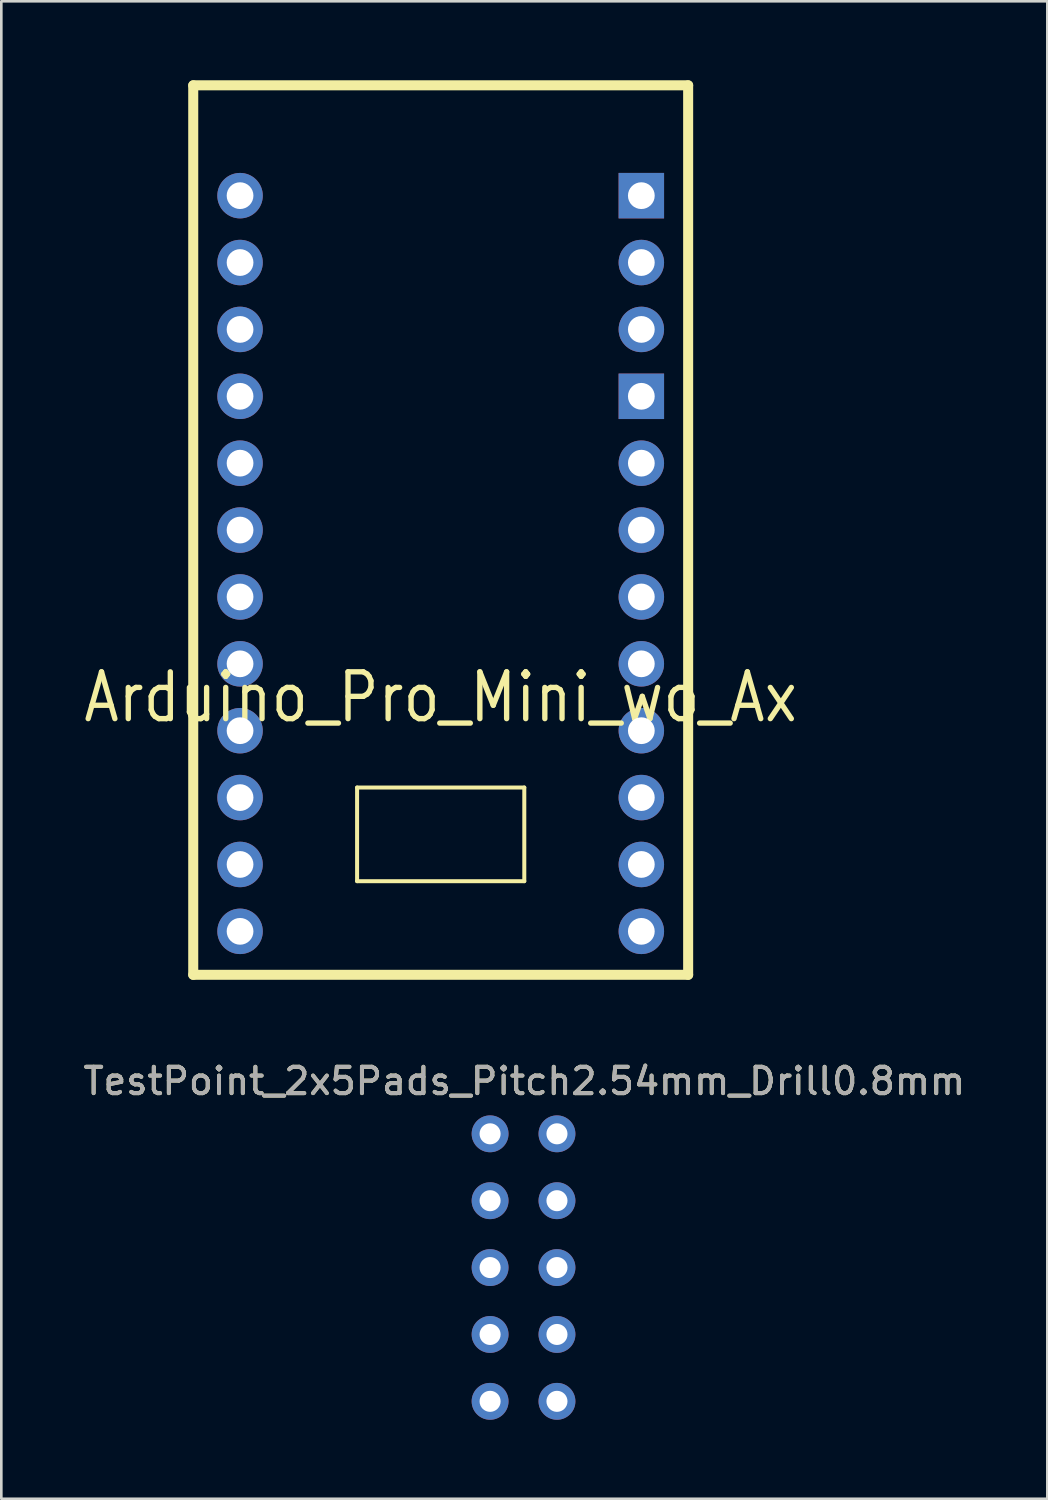
<source format=kicad_pcb>
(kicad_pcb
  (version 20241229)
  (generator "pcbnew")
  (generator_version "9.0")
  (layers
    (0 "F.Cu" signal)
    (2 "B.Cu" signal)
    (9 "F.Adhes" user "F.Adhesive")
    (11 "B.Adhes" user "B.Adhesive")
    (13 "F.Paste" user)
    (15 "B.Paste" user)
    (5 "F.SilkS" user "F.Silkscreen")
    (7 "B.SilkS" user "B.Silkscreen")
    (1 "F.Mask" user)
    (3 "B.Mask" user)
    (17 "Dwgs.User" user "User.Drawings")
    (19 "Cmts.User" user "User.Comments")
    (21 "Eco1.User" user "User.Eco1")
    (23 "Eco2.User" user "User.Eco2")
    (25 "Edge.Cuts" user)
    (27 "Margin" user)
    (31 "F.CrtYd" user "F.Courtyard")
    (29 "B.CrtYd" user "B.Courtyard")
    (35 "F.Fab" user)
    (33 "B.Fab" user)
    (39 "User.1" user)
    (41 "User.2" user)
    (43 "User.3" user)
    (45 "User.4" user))
  (footprint "Arduino_Pro_Mini_wo_Ax"
    (layer "F.Cu")
    (at 13.687 17.081)
    (property "Reference" "Arduino_Pro_Mini_wo_Ax" (at 0 6.35 0) (layer "F.SilkS") (effects (font (size 1.778 1.524) (thickness 0.203))))
    (attr through_hole)
    (fp_line (start -9.398 -16.891) (end 9.398 -16.891) (stroke (width 0.381) (type solid)) (layer "F.SilkS"))
    (fp_line (start -9.398 16.891) (end -9.398 -16.891) (stroke (width 0.381) (type solid)) (layer "F.SilkS"))
    (fp_line (start -3.175 9.779) (end -3.175 13.335) (stroke (width 0.152) (type solid)) (layer "F.SilkS"))
    (fp_line (start -3.175 13.335) (end 3.175 13.335) (stroke (width 0.152) (type solid)) (layer "F.SilkS"))
    (fp_line (start 3.175 9.779) (end -3.175 9.779) (stroke (width 0.152) (type solid)) (layer "F.SilkS"))
    (fp_line (start 3.175 9.779) (end 3.175 13.335) (stroke (width 0.152) (type solid)) (layer "F.SilkS"))
    (fp_line (start 9.398 -16.891) (end 9.398 16.891) (stroke (width 0.381) (type solid)) (layer "F.SilkS"))
    (fp_line (start 9.398 16.891) (end -9.398 16.891) (stroke (width 0.381) (type solid)) (layer "F.SilkS"))
    (pad "1" thru_hole circle (at -7.62 -12.7) (size 1.727 1.727) (drill 1.016) (layers "*.Cu" "*.Mask"))
    (pad "2" thru_hole circle (at -7.62 -10.16) (size 1.727 1.727) (drill 1.016) (layers "*.Cu" "*.Mask"))
    (pad "3" thru_hole circle (at -7.62 -7.62) (size 1.727 1.727) (drill 1.016) (layers "*.Cu" "*.Mask"))
    (pad "4" thru_hole circle (at -7.62 -5.08) (size 1.727 1.727) (drill 1.016) (layers "*.Cu" "*.Mask"))
    (pad "5" thru_hole circle (at -7.62 -2.54) (size 1.727 1.727) (drill 1.016) (layers "*.Cu" "*.Mask"))
    (pad "6" thru_hole circle (at -7.62 0) (size 1.727 1.727) (drill 1.016) (layers "*.Cu" "*.Mask"))
    (pad "7" thru_hole circle (at -7.62 2.54) (size 1.727 1.727) (drill 1.016) (layers "*.Cu" "*.Mask"))
    (pad "8" thru_hole circle (at -7.62 5.08) (size 1.727 1.727) (drill 1.016) (layers "*.Cu" "*.Mask"))
    (pad "9" thru_hole circle (at -7.62 7.62) (size 1.727 1.727) (drill 1.016) (layers "*.Cu" "*.Mask"))
    (pad "10" thru_hole circle (at -7.62 10.16) (size 1.727 1.727) (drill 1.016) (layers "*.Cu" "*.Mask"))
    (pad "11" thru_hole circle (at -7.62 12.7) (size 1.727 1.727) (drill 1.016) (layers "*.Cu" "*.Mask"))
    (pad "12" thru_hole circle (at -7.62 15.24) (size 1.727 1.727) (drill 1.016) (layers "*.Cu" "*.Mask"))
    (pad "13" thru_hole circle (at 7.62 15.24) (size 1.727 1.727) (drill 1.016) (layers "*.Cu" "*.Mask"))
    (pad "14" thru_hole circle (at 7.62 12.7) (size 1.727 1.727) (drill 1.016) (layers "*.Cu" "*.Mask"))
    (pad "15" thru_hole circle (at 7.62 10.16) (size 1.727 1.727) (drill 1.016) (layers "*.Cu" "*.Mask"))
    (pad "16" thru_hole circle (at 7.62 7.62) (size 1.727 1.727) (drill 1.016) (layers "*.Cu" "*.Mask"))
    (pad "17" thru_hole circle (at 7.62 5.08) (size 1.727 1.727) (drill 1.016) (layers "*.Cu" "*.Mask"))
    (pad "18" thru_hole circle (at 7.62 2.54) (size 1.727 1.727) (drill 1.016) (layers "*.Cu" "*.Mask"))
    (pad "19" thru_hole circle (at 7.62 0) (size 1.727 1.727) (drill 1.016) (layers "*.Cu" "*.Mask"))
    (pad "20" thru_hole circle (at 7.62 -2.54) (size 1.727 1.727) (drill 1.016) (layers "*.Cu" "*.Mask"))
    (pad "21" thru_hole rect (at 7.62 -5.08) (size 1.727 1.727) (drill 1.016) (layers "*.Cu" "*.Mask"))
    (pad "22" thru_hole circle (at 7.62 -7.62) (size 1.727 1.727) (drill 1.016) (layers "*.Cu" "*.Mask"))
    (pad "23" thru_hole circle (at 7.62 -10.16) (size 1.727 1.727) (drill 1.016) (layers "*.Cu" "*.Mask"))
    (pad "24" thru_hole rect (at 7.62 -12.7) (size 1.727 1.727) (drill 1.016) (layers "*.Cu" "*.Mask")))
  (footprint "TestPoint_2x5Pads_Pitch2.54mm_Drill0.8mm"
    (layer "F.Cu")
    (at 15.563 40.011)
    (property "Reference" "TestPoint_2x5Pads_Pitch2.54mm_Drill0.8mm" (at 1.3 -2 0) (layer "F.SilkS") (effects (font (size 1 1) (thickness 0.15))))
    (attr exclude_from_pos_files exclude_from_bom)
    (fp_text user "${REFERENCE}" (at 1.3 -2 0) (layer "F.Fab") (effects (font (size 1 1) (thickness 0.15))))
    (pad "1" thru_hole circle (at 0 0) (size 1.4 1.4) (drill 0.8) (layers "*.Cu" "*.Mask"))
    (pad "2" thru_hole circle (at 2.54 0) (size 1.4 1.4) (drill 0.8) (layers "*.Cu" "*.Mask"))
    (pad "3" thru_hole circle (at 0 2.54) (size 1.4 1.4) (drill 0.8) (layers "*.Cu" "*.Mask"))
    (pad "4" thru_hole circle (at 2.54 2.54) (size 1.4 1.4) (drill 0.8) (layers "*.Cu" "*.Mask"))
    (pad "5" thru_hole circle (at 0 5.08) (size 1.4 1.4) (drill 0.8) (layers "*.Cu" "*.Mask"))
    (pad "6" thru_hole circle (at 2.54 5.08) (size 1.4 1.4) (drill 0.8) (layers "*.Cu" "*.Mask"))
    (pad "7" thru_hole circle (at 0 7.62) (size 1.4 1.4) (drill 0.8) (layers "*.Cu" "*.Mask"))
    (pad "8" thru_hole circle (at 2.54 7.62) (size 1.4 1.4) (drill 0.8) (layers "*.Cu" "*.Mask"))
    (pad "9" thru_hole circle (at 0 10.16) (size 1.4 1.4) (drill 0.8) (layers "*.Cu" "*.Mask"))
    (pad "10" thru_hole circle (at 2.54 10.16) (size 1.4 1.4) (drill 0.8) (layers "*.Cu" "*.Mask")))
  (gr_rect
    (start -3 -3)
    (end 36.726 53.871)
    (stroke (width 0.1) (type default))
    (fill no)
    (layer "Edge.Cuts")))
</source>
